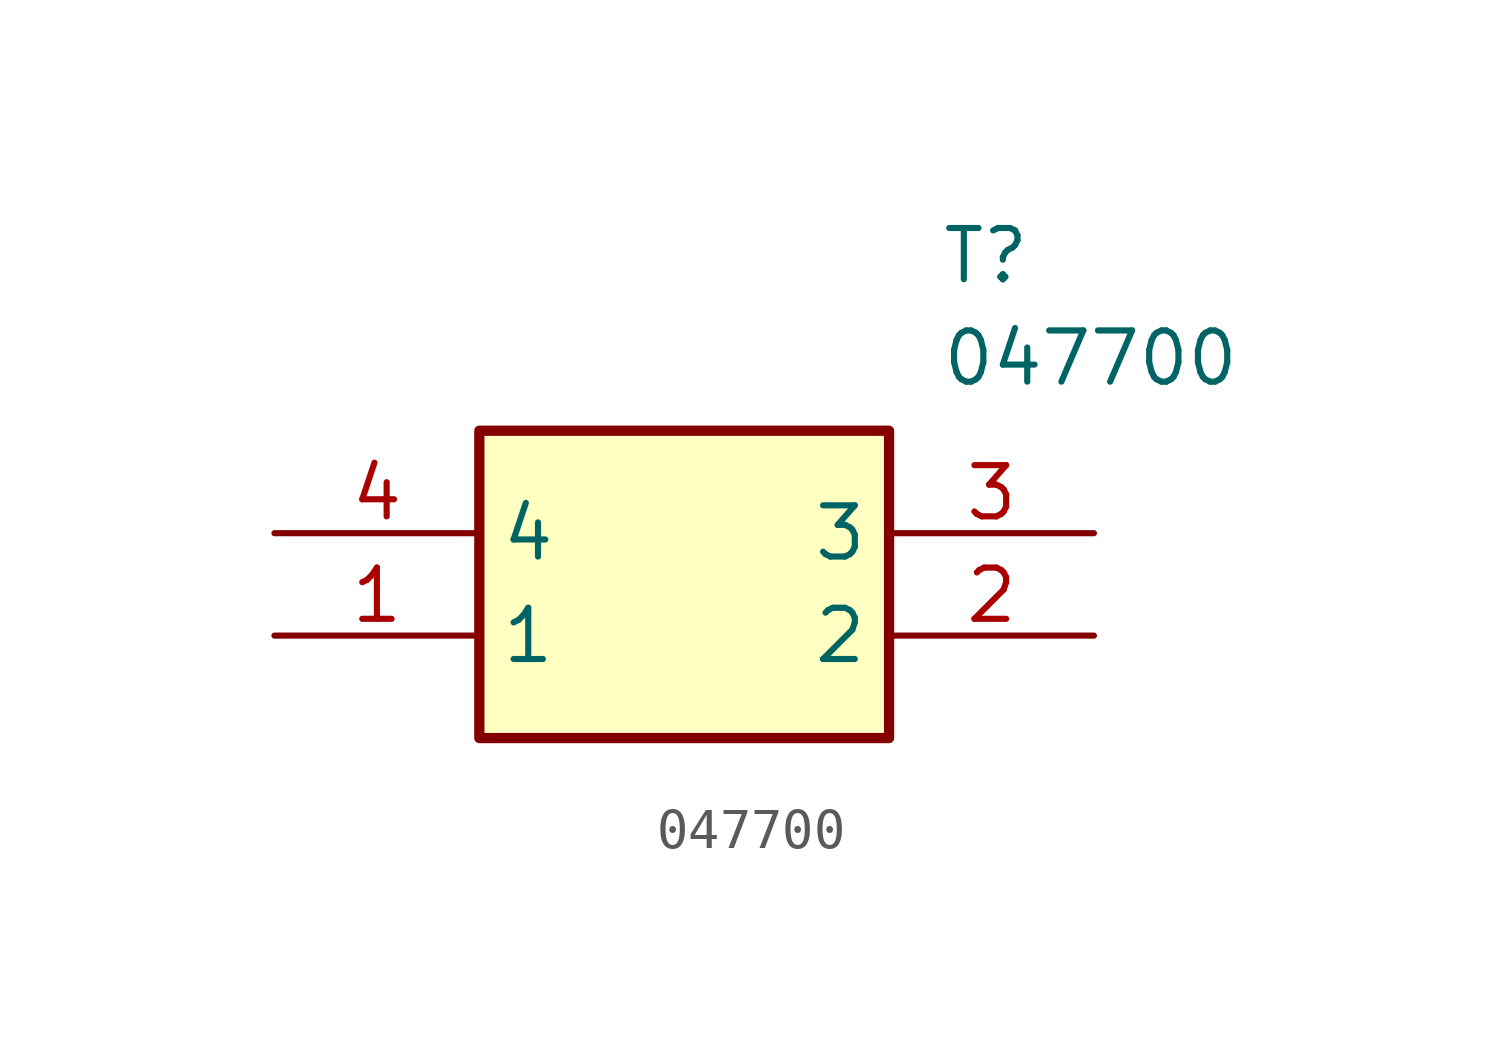
<source format=kicad_sym>
(kicad_symbol_lib
  (version 20220914)
  (generator kicad_symbol_editor)
  (symbol "047700"
    (property "Reference" "T"
      (at 16.51 7.62 0)
      (effects (font (size 1.27 1.27)) (justify left top)))
    (property "Value" "047700"
      (at 16.51 5.08 0)
      (effects (font (size 1.27 1.27)) (justify left top)))
    (symbol "047700_1_1"
      (rectangle (start 5.08 2.54) (end 15.24 -5.08) (stroke (width 0.254) (type default)) (fill (type background)))
      (pin passive line (at 0 -2.54 0) (length 5.08) (name "1" (effects (font (size 1.27 1.27)))) (number "1" (effects (font (size 1.27 1.27)))))
      (pin passive line (at 20.32 -2.54 180) (length 5.08) (name "2" (effects (font (size 1.27 1.27)))) (number "2" (effects (font (size 1.27 1.27)))))
      (pin passive line (at 20.32 0 180) (length 5.08) (name "3" (effects (font (size 1.27 1.27)))) (number "3" (effects (font (size 1.27 1.27)))))
      (pin passive line (at 0 0 0) (length 5.08) (name "4" (effects (font (size 1.27 1.27)))) (number "4" (effects (font (size 1.27 1.27))))))))
</source>
